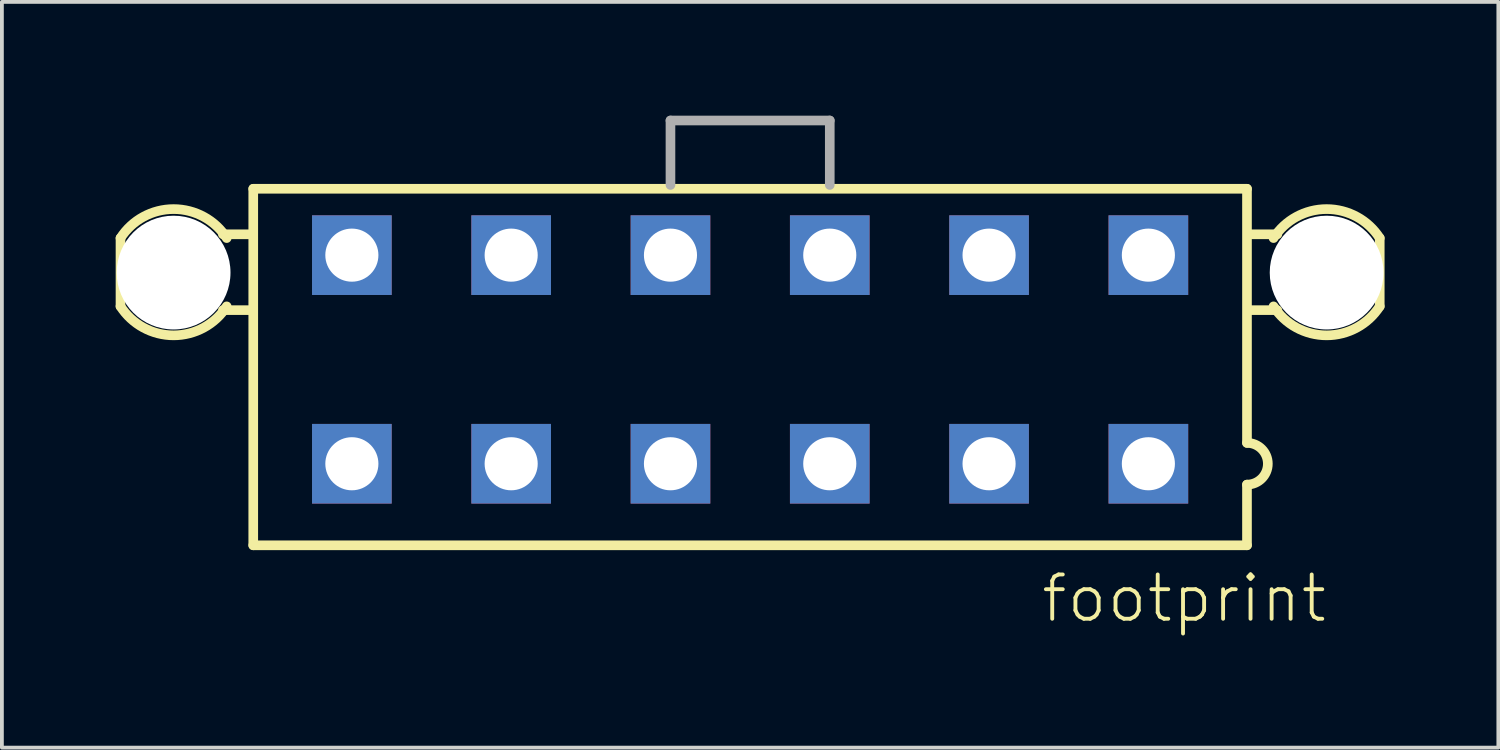
<source format=kicad_pcb>
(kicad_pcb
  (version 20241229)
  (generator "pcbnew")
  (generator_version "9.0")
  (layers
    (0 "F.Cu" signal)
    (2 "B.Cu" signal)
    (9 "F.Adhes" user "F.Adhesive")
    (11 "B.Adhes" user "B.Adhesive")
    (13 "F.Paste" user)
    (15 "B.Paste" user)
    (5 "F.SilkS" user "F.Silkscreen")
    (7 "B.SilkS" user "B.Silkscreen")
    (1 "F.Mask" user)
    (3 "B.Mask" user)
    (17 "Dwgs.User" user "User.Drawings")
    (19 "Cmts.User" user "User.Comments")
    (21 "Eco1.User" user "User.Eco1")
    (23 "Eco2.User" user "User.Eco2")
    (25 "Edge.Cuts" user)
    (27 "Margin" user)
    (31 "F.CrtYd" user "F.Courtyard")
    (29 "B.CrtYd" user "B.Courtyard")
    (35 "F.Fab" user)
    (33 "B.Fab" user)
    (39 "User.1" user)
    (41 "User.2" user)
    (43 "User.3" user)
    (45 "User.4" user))
  (footprint "footprint"
    (layer "F.Cu")
    (at 16.727 6.427)
    (property "Reference" "footprint" (at 7.62 6.985 0) (layer "F.SilkS") (effects (font (size 1.168 1.168) (thickness 0.102)) (justify left bottom)))
    (fp_line (start -16.6 -3.2) (end -16.6 -1.4) (stroke (width 0.254) (type solid)) (layer "F.SilkS"))
    (fp_line (start -13.9 -3.3) (end -13.2 -3.3) (stroke (width 0.254) (type solid)) (layer "F.SilkS"))
    (fp_line (start -13.9 -1.3) (end -13.2 -1.3) (stroke (width 0.254) (type solid)) (layer "F.SilkS"))
    (fp_line (start -13.1 -4.5) (end 13.1 -4.5) (stroke (width 0.254) (type solid)) (layer "F.SilkS"))
    (fp_line (start -13.1 4.9) (end -13.1 -4.5) (stroke (width 0.254) (type solid)) (layer "F.SilkS"))
    (fp_line (start 13.1 -4.5) (end 13.1 2.2) (stroke (width 0.254) (type solid)) (layer "F.SilkS"))
    (fp_line (start 13.1 3.3) (end 13.1 4.9) (stroke (width 0.254) (type solid)) (layer "F.SilkS"))
    (fp_line (start 13.1 4.9) (end -13.1 4.9) (stroke (width 0.254) (type solid)) (layer "F.SilkS"))
    (fp_line (start 13.9 -3.3) (end 13.2 -3.3) (stroke (width 0.254) (type solid)) (layer "F.SilkS"))
    (fp_line (start 13.9 -1.3) (end 13.2 -1.3) (stroke (width 0.254) (type solid)) (layer "F.SilkS"))
    (fp_line (start 16.6 -1.4) (end 16.6 -3.2) (stroke (width 0.254) (type solid)) (layer "F.SilkS"))
    (fp_arc (start -16.6 -3.2) (mid -15.199999 -3.964331) (end -13.799999 -3.199999) (stroke (width 0.254) (type solid)) (layer "F.SilkS"))
    (fp_arc (start -13.8 -1.4) (mid -15.2 -0.635668) (end -16.6 -1.4) (stroke (width 0.254) (type solid)) (layer "F.SilkS"))
    (fp_arc (start 13.1 2.2) (mid 13.65 2.75) (end 13.1 3.3) (stroke (width 0.254) (type solid)) (layer "F.SilkS"))
    (fp_arc (start 13.8 -3.2) (mid 15.200001 -3.964331) (end 16.600001 -3.199999) (stroke (width 0.254) (type solid)) (layer "F.SilkS"))
    (fp_arc (start 16.6 -1.4) (mid 15.2 -0.635668) (end 13.8 -1.4) (stroke (width 0.254) (type solid)) (layer "F.SilkS"))
    (fp_line (start -2.1 -6.3) (end -2.1 -4.6) (stroke (width 0.254) (type solid)) (layer "F.Fab"))
    (fp_line (start -2.1 -6.3) (end 2.1 -6.3) (stroke (width 0.254) (type solid)) (layer "F.Fab"))
    (fp_line (start 2.1 -6.3) (end 2.1 -4.6) (stroke (width 0.254) (type solid)) (layer "F.Fab"))
    (pad "" np_thru_hole circle (at -15.2 -2.29) (size 3 3) (drill 3) (layers "*.Cu" "*.Mask"))
    (pad "" np_thru_hole circle (at 15.2 -2.29) (size 3 3) (drill 3) (layers "*.Cu" "*.Mask"))
    (pad "1" thru_hole rect (at 10.5 2.75) (size 2.1 2.1) (drill 1.4) (layers "*.Cu" "*.Mask"))
    (pad "2" thru_hole rect (at 6.3 2.75) (size 2.1 2.1) (drill 1.4) (layers "*.Cu" "*.Mask"))
    (pad "3" thru_hole rect (at 2.1 2.75) (size 2.1 2.1) (drill 1.4) (layers "*.Cu" "*.Mask"))
    (pad "4" thru_hole rect (at -2.1 2.75) (size 2.1 2.1) (drill 1.4) (layers "*.Cu" "*.Mask"))
    (pad "5" thru_hole rect (at -6.3 2.75) (size 2.1 2.1) (drill 1.4) (layers "*.Cu" "*.Mask"))
    (pad "6" thru_hole rect (at -10.5 2.75) (size 2.1 2.1) (drill 1.4) (layers "*.Cu" "*.Mask"))
    (pad "7" thru_hole rect (at 10.5 -2.75) (size 2.1 2.1) (drill 1.4) (layers "*.Cu" "*.Mask"))
    (pad "8" thru_hole rect (at 6.3 -2.75) (size 2.1 2.1) (drill 1.4) (layers "*.Cu" "*.Mask"))
    (pad "9" thru_hole rect (at 2.1 -2.75) (size 2.1 2.1) (drill 1.4) (layers "*.Cu" "*.Mask"))
    (pad "10" thru_hole rect (at -2.1 -2.75) (size 2.1 2.1) (drill 1.4) (layers "*.Cu" "*.Mask"))
    (pad "11" thru_hole rect (at -6.3 -2.75) (size 2.1 2.1) (drill 1.4) (layers "*.Cu" "*.Mask"))
    (pad "12" thru_hole rect (at -10.5 -2.75) (size 2.1 2.1) (drill 1.4) (layers "*.Cu" "*.Mask")))
  (gr_rect
    (start -3 -3)
    (end 36.454 16.662)
    (stroke (width 0.1) (type default))
    (fill no)
    (layer "Edge.Cuts")))
</source>
